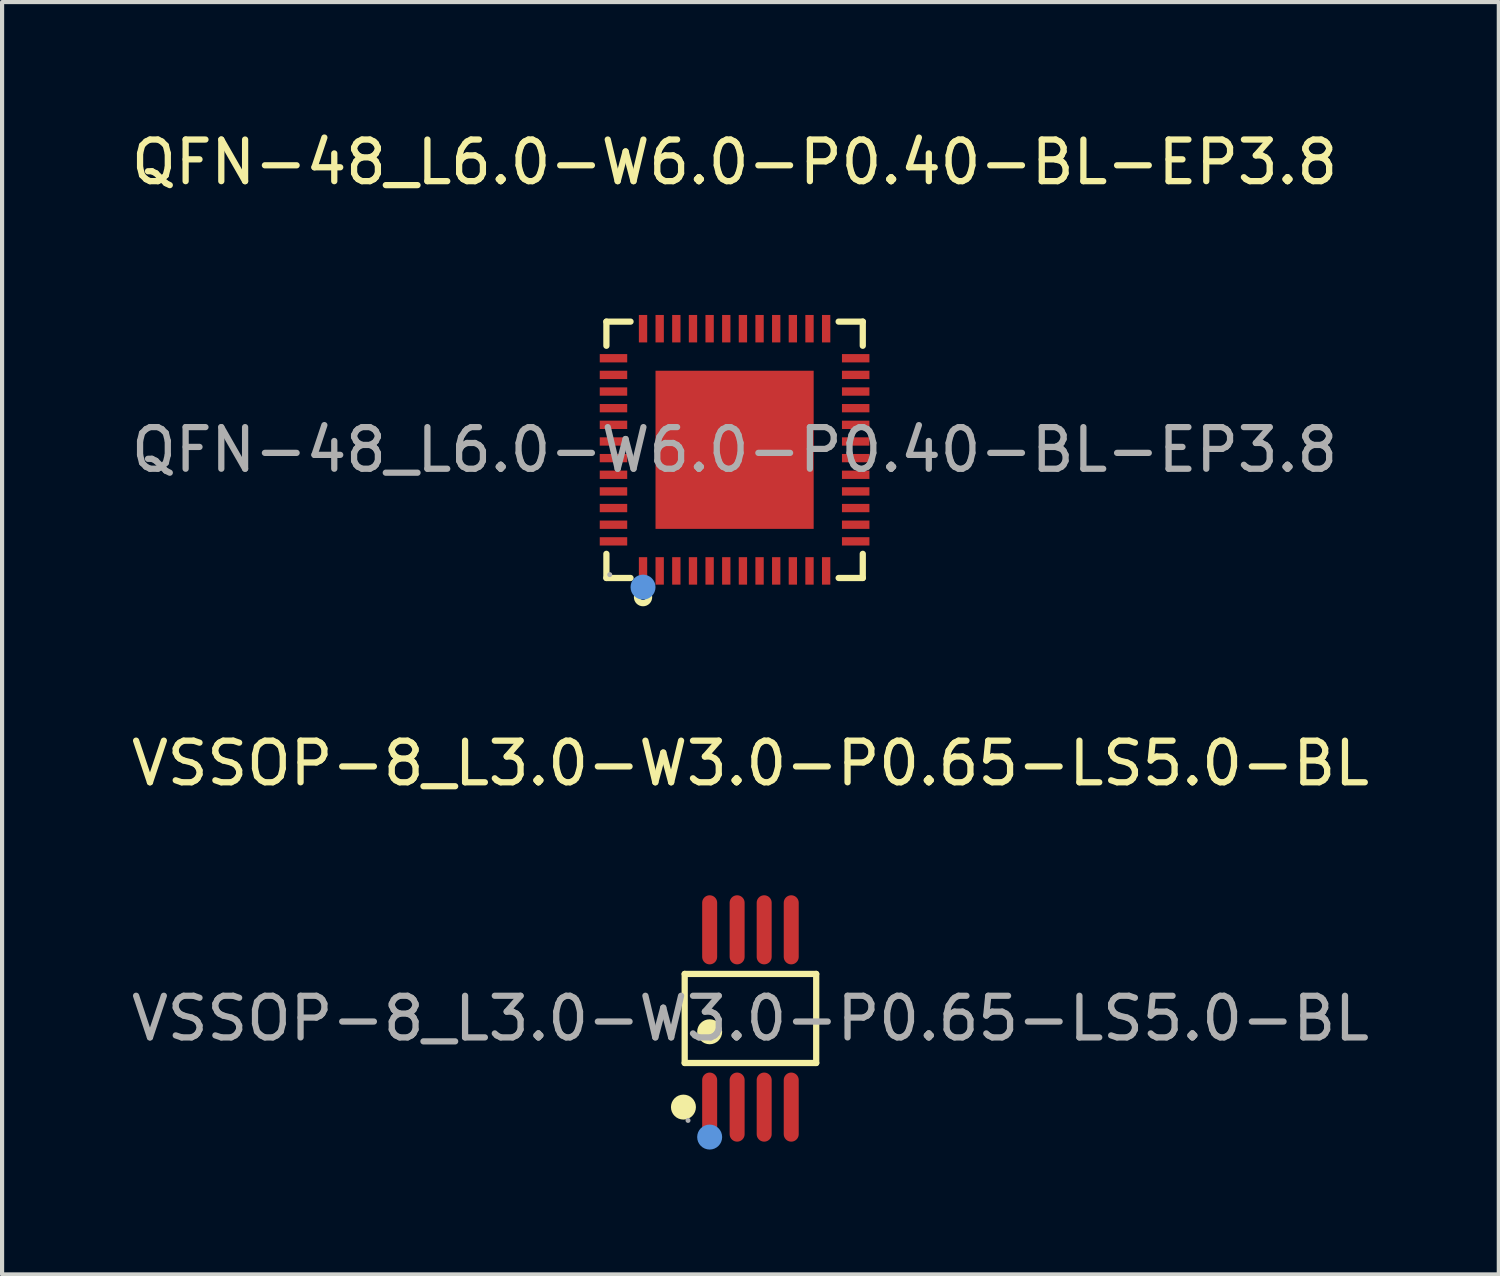
<source format=kicad_pcb>
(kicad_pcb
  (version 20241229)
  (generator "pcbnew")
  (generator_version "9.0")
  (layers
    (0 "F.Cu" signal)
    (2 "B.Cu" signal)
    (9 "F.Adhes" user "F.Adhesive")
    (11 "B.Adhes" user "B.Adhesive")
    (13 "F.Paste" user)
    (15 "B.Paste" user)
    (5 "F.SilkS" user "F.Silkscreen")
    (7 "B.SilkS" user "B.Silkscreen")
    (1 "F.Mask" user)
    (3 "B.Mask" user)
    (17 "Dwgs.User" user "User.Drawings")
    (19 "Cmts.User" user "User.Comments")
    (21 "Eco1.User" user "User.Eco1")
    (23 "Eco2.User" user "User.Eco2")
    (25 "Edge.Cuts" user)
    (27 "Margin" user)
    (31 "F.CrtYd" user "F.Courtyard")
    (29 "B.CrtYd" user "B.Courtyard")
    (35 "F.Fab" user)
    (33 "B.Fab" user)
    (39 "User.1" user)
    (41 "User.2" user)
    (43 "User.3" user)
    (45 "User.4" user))
  (footprint "QFN-48_L6.0-W6.0-P0.40-BL-EP3.8"
    (layer "F.Cu")
    (at 14.601 7.758)
    (property "Reference" "QFN-48_L6.0-W6.0-P0.40-BL-EP3.8" (at 0 -6.91 0) (layer "F.SilkS") (effects (font (size 1 1) (thickness 0.15))))
    (attr smd)
    (fp_line (start -3.08 -3.08) (end -2.5 -3.08) (stroke (width 0.15) (type solid)) (layer "F.SilkS"))
    (fp_line (start -3.08 -2.5) (end -3.08 -3.08) (stroke (width 0.15) (type solid)) (layer "F.SilkS"))
    (fp_line (start -3.08 2.5) (end -3.08 3.08) (stroke (width 0.15) (type solid)) (layer "F.SilkS"))
    (fp_line (start -3.08 3.08) (end -2.5 3.08) (stroke (width 0.15) (type solid)) (layer "F.SilkS"))
    (fp_line (start 3.08 -3.08) (end 2.5 -3.08) (stroke (width 0.15) (type solid)) (layer "F.SilkS"))
    (fp_line (start 3.08 -2.5) (end 3.08 -3.08) (stroke (width 0.15) (type solid)) (layer "F.SilkS"))
    (fp_line (start 3.08 2.5) (end 3.08 3.08) (stroke (width 0.15) (type solid)) (layer "F.SilkS"))
    (fp_line (start 3.08 3.08) (end 2.5 3.08) (stroke (width 0.15) (type solid)) (layer "F.SilkS"))
    (fp_circle (center -2.2 3.54) (end -2.13 3.54) (stroke (width 0.15) (type solid)) (fill no) (layer "F.SilkS"))
    (fp_circle (center -2.2 3.3) (end -2.05 3.3) (stroke (width 0.3) (type solid)) (fill no) (layer "Cmts.User"))
    (fp_circle (center -3 3) (end -2.97 3) (stroke (width 0.06) (type solid)) (fill no) (layer "F.Fab"))
    (fp_text user "${REFERENCE}" (at 0 0 0) (layer "F.Fab") (effects (font (size 1 1) (thickness 0.15))))
    (pad "1" smd rect (at -2.2 2.91) (size 0.2 0.66) (layers "F.Cu" "F.Mask" "F.Paste"))
    (pad "2" smd rect (at -1.8 2.91) (size 0.2 0.66) (layers "F.Cu" "F.Mask" "F.Paste"))
    (pad "3" smd rect (at -1.4 2.91) (size 0.2 0.66) (layers "F.Cu" "F.Mask" "F.Paste"))
    (pad "4" smd rect (at -1 2.91) (size 0.2 0.66) (layers "F.Cu" "F.Mask" "F.Paste"))
    (pad "5" smd rect (at -0.6 2.91) (size 0.2 0.66) (layers "F.Cu" "F.Mask" "F.Paste"))
    (pad "6" smd rect (at -0.2 2.91) (size 0.2 0.66) (layers "F.Cu" "F.Mask" "F.Paste"))
    (pad "7" smd rect (at 0.2 2.91) (size 0.2 0.66) (layers "F.Cu" "F.Mask" "F.Paste"))
    (pad "8" smd rect (at 0.6 2.91) (size 0.2 0.66) (layers "F.Cu" "F.Mask" "F.Paste"))
    (pad "9" smd rect (at 1 2.91) (size 0.2 0.66) (layers "F.Cu" "F.Mask" "F.Paste"))
    (pad "10" smd rect (at 1.4 2.91) (size 0.2 0.66) (layers "F.Cu" "F.Mask" "F.Paste"))
    (pad "11" smd rect (at 1.8 2.91) (size 0.2 0.66) (layers "F.Cu" "F.Mask" "F.Paste"))
    (pad "12" smd rect (at 2.2 2.91) (size 0.2 0.66) (layers "F.Cu" "F.Mask" "F.Paste"))
    (pad "13" smd rect (at 2.91 2.2) (size 0.66 0.2) (layers "F.Cu" "F.Mask" "F.Paste"))
    (pad "14" smd rect (at 2.91 1.8) (size 0.66 0.2) (layers "F.Cu" "F.Mask" "F.Paste"))
    (pad "15" smd rect (at 2.91 1.4) (size 0.66 0.2) (layers "F.Cu" "F.Mask" "F.Paste"))
    (pad "16" smd rect (at 2.91 1) (size 0.66 0.2) (layers "F.Cu" "F.Mask" "F.Paste"))
    (pad "17" smd rect (at 2.91 0.6) (size 0.66 0.2) (layers "F.Cu" "F.Mask" "F.Paste"))
    (pad "18" smd rect (at 2.91 0.2) (size 0.66 0.2) (layers "F.Cu" "F.Mask" "F.Paste"))
    (pad "19" smd rect (at 2.91 -0.2) (size 0.66 0.2) (layers "F.Cu" "F.Mask" "F.Paste"))
    (pad "20" smd rect (at 2.91 -0.6) (size 0.66 0.2) (layers "F.Cu" "F.Mask" "F.Paste"))
    (pad "21" smd rect (at 2.91 -1) (size 0.66 0.2) (layers "F.Cu" "F.Mask" "F.Paste"))
    (pad "22" smd rect (at 2.91 -1.4) (size 0.66 0.2) (layers "F.Cu" "F.Mask" "F.Paste"))
    (pad "23" smd rect (at 2.91 -1.8) (size 0.66 0.2) (layers "F.Cu" "F.Mask" "F.Paste"))
    (pad "24" smd rect (at 2.91 -2.2) (size 0.66 0.2) (layers "F.Cu" "F.Mask" "F.Paste"))
    (pad "25" smd rect (at 2.2 -2.91) (size 0.2 0.66) (layers "F.Cu" "F.Mask" "F.Paste"))
    (pad "26" smd rect (at 1.8 -2.91) (size 0.2 0.66) (layers "F.Cu" "F.Mask" "F.Paste"))
    (pad "27" smd rect (at 1.4 -2.91) (size 0.2 0.66) (layers "F.Cu" "F.Mask" "F.Paste"))
    (pad "28" smd rect (at 1 -2.91) (size 0.2 0.66) (layers "F.Cu" "F.Mask" "F.Paste"))
    (pad "29" smd rect (at 0.6 -2.91) (size 0.2 0.66) (layers "F.Cu" "F.Mask" "F.Paste"))
    (pad "30" smd rect (at 0.2 -2.91) (size 0.2 0.66) (layers "F.Cu" "F.Mask" "F.Paste"))
    (pad "31" smd rect (at -0.2 -2.91) (size 0.2 0.66) (layers "F.Cu" "F.Mask" "F.Paste"))
    (pad "32" smd rect (at -0.6 -2.91) (size 0.2 0.66) (layers "F.Cu" "F.Mask" "F.Paste"))
    (pad "33" smd rect (at -1 -2.91) (size 0.2 0.66) (layers "F.Cu" "F.Mask" "F.Paste"))
    (pad "34" smd rect (at -1.4 -2.91) (size 0.2 0.66) (layers "F.Cu" "F.Mask" "F.Paste"))
    (pad "35" smd rect (at -1.8 -2.91) (size 0.2 0.66) (layers "F.Cu" "F.Mask" "F.Paste"))
    (pad "36" smd rect (at -2.2 -2.91) (size 0.2 0.66) (layers "F.Cu" "F.Mask" "F.Paste"))
    (pad "37" smd rect (at -2.91 -2.2) (size 0.66 0.2) (layers "F.Cu" "F.Mask" "F.Paste"))
    (pad "38" smd rect (at -2.91 -1.8) (size 0.66 0.2) (layers "F.Cu" "F.Mask" "F.Paste"))
    (pad "39" smd rect (at -2.91 -1.4) (size 0.66 0.2) (layers "F.Cu" "F.Mask" "F.Paste"))
    (pad "40" smd rect (at -2.91 -1) (size 0.66 0.2) (layers "F.Cu" "F.Mask" "F.Paste"))
    (pad "41" smd rect (at -2.91 -0.6) (size 0.66 0.2) (layers "F.Cu" "F.Mask" "F.Paste"))
    (pad "42" smd rect (at -2.91 -0.2) (size 0.66 0.2) (layers "F.Cu" "F.Mask" "F.Paste"))
    (pad "43" smd rect (at -2.91 0.2) (size 0.66 0.2) (layers "F.Cu" "F.Mask" "F.Paste"))
    (pad "44" smd rect (at -2.91 0.6) (size 0.66 0.2) (layers "F.Cu" "F.Mask" "F.Paste"))
    (pad "45" smd rect (at -2.91 1) (size 0.66 0.2) (layers "F.Cu" "F.Mask" "F.Paste"))
    (pad "46" smd rect (at -2.91 1.4) (size 0.66 0.2) (layers "F.Cu" "F.Mask" "F.Paste"))
    (pad "47" smd rect (at -2.91 1.8) (size 0.66 0.2) (layers "F.Cu" "F.Mask" "F.Paste"))
    (pad "48" smd rect (at -2.91 2.2) (size 0.66 0.2) (layers "F.Cu" "F.Mask" "F.Paste"))
    (pad "49" smd rect (at 0 0) (size 3.8 3.8) (layers "F.Cu" "F.Mask" "F.Paste")))
  (footprint "VSSOP-8_L3.0-W3.0-P0.65-LS5.0-BL"
    (layer "F.Cu")
    (at 14.982 21.422)
    (property "Reference" "VSSOP-8_L3.0-W3.0-P0.65-LS5.0-BL" (at 0 -6.13 0) (layer "F.SilkS") (effects (font (size 1 1) (thickness 0.15))))
    (attr smd)
    (fp_line (start -1.58 -1.07) (end 1.58 -1.07) (stroke (width 0.15) (type solid)) (layer "F.SilkS"))
    (fp_line (start -1.58 1.07) (end -1.58 -1.07) (stroke (width 0.15) (type solid)) (layer "F.SilkS"))
    (fp_line (start 1.58 -1.07) (end 1.58 1.07) (stroke (width 0.15) (type solid)) (layer "F.SilkS"))
    (fp_line (start 1.58 1.07) (end -1.58 1.07) (stroke (width 0.15) (type solid)) (layer "F.SilkS"))
    (fp_circle (center -1.61 2.13) (end -1.46 2.13) (stroke (width 0.3) (type solid)) (fill no) (layer "F.SilkS"))
    (fp_circle (center -0.98 0.32) (end -0.83 0.32) (stroke (width 0.3) (type solid)) (fill no) (layer "F.SilkS"))
    (fp_circle (center -0.98 2.85) (end -0.83 2.85) (stroke (width 0.3) (type solid)) (fill no) (layer "Cmts.User"))
    (fp_circle (center -1.5 2.45) (end -1.47 2.45) (stroke (width 0.06) (type solid)) (fill no) (layer "F.Fab"))
    (fp_text user "${REFERENCE}" (at 0 0 0) (layer "F.Fab") (effects (font (size 1 1) (thickness 0.15))))
    (pad "1" smd oval (at -0.98 2.13) (size 0.36 1.66) (layers "F.Cu" "F.Mask" "F.Paste"))
    (pad "2" smd oval (at -0.32 2.13) (size 0.36 1.66) (layers "F.Cu" "F.Mask" "F.Paste"))
    (pad "3" smd oval (at 0.33 2.13) (size 0.36 1.66) (layers "F.Cu" "F.Mask" "F.Paste"))
    (pad "4" smd oval (at 0.98 2.13) (size 0.36 1.66) (layers "F.Cu" "F.Mask" "F.Paste"))
    (pad "5" smd oval (at 0.98 -2.13) (size 0.36 1.66) (layers "F.Cu" "F.Mask" "F.Paste"))
    (pad "6" smd oval (at 0.33 -2.13) (size 0.36 1.66) (layers "F.Cu" "F.Mask" "F.Paste"))
    (pad "7" smd oval (at -0.32 -2.13) (size 0.36 1.66) (layers "F.Cu" "F.Mask" "F.Paste"))
    (pad "8" smd oval (at -0.98 -2.13) (size 0.36 1.66) (layers "F.Cu" "F.Mask" "F.Paste")))
  (gr_rect
    (start -3 -3)
    (end 32.964 27.572)
    (stroke (width 0.1) (type default))
    (fill no)
    (layer "Edge.Cuts")))
</source>
